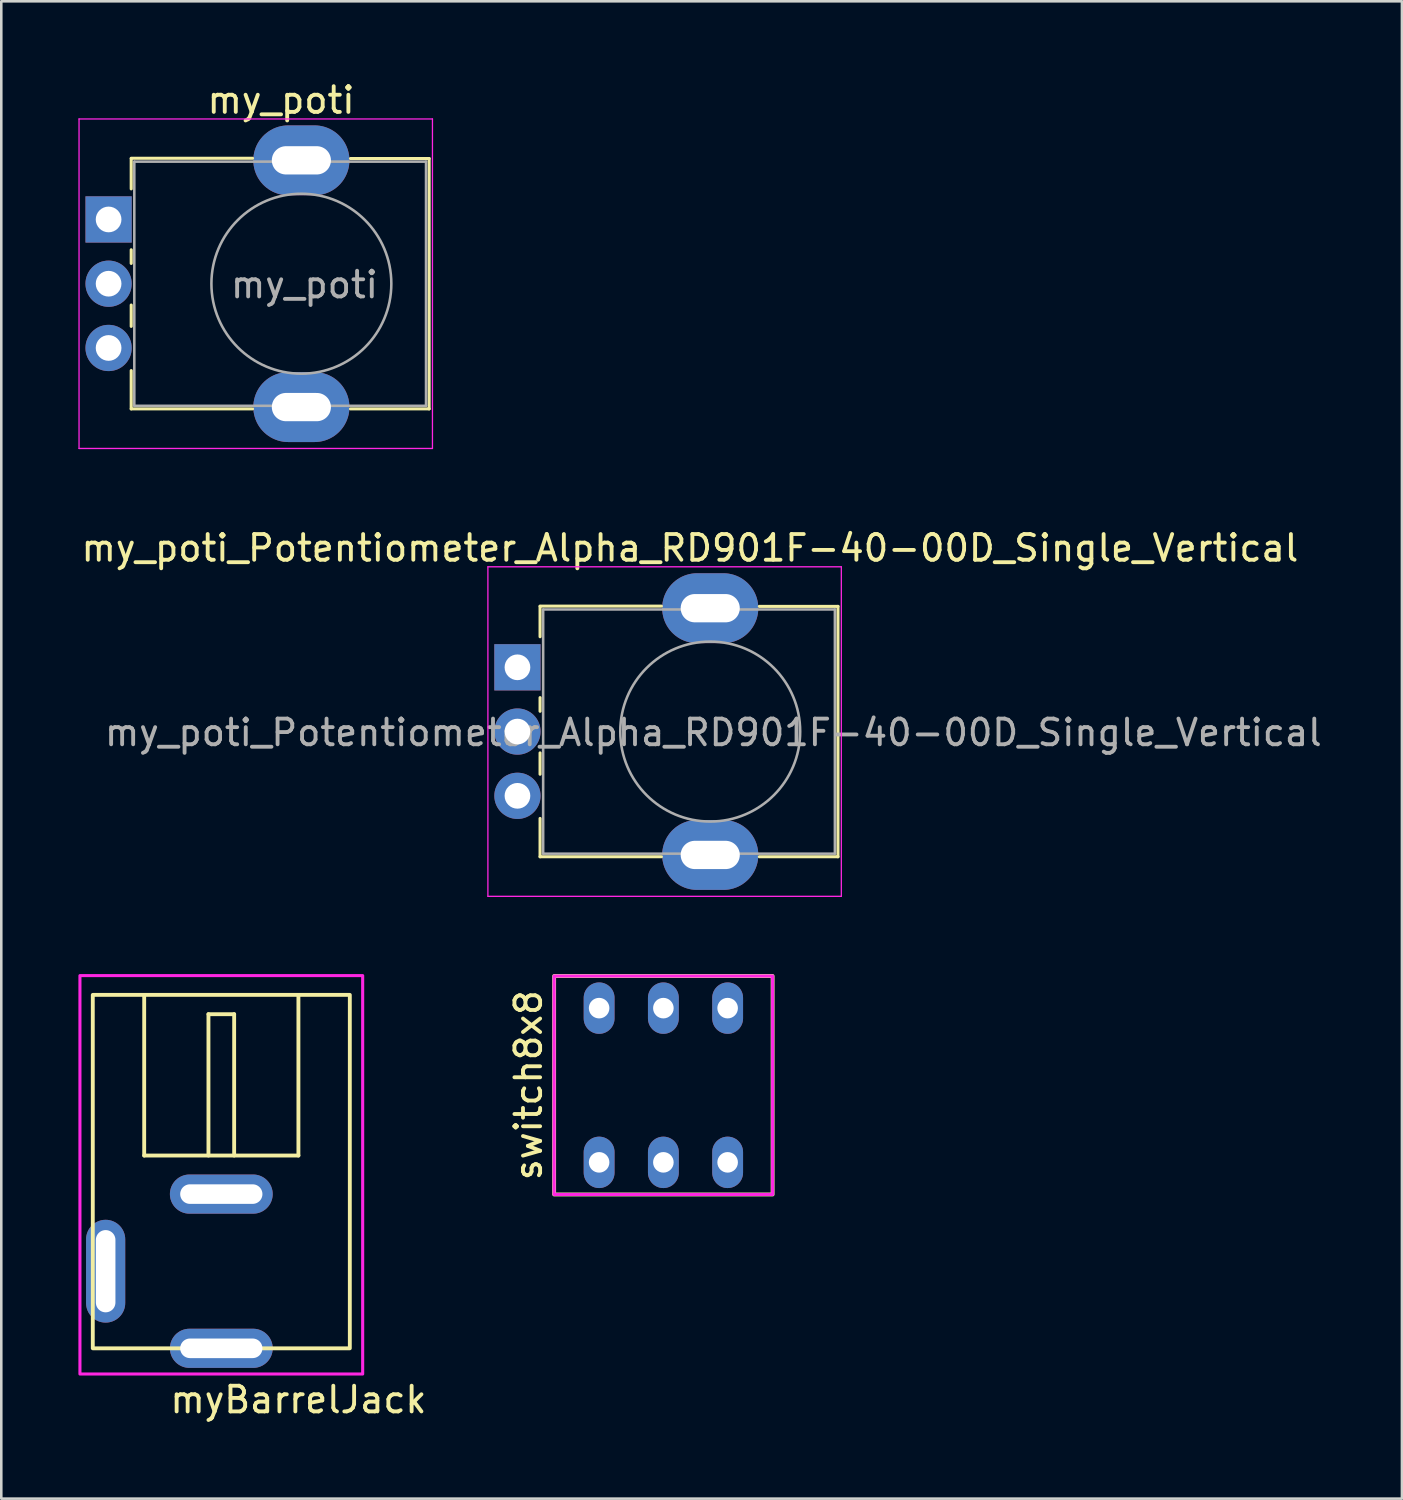
<source format=kicad_pcb>
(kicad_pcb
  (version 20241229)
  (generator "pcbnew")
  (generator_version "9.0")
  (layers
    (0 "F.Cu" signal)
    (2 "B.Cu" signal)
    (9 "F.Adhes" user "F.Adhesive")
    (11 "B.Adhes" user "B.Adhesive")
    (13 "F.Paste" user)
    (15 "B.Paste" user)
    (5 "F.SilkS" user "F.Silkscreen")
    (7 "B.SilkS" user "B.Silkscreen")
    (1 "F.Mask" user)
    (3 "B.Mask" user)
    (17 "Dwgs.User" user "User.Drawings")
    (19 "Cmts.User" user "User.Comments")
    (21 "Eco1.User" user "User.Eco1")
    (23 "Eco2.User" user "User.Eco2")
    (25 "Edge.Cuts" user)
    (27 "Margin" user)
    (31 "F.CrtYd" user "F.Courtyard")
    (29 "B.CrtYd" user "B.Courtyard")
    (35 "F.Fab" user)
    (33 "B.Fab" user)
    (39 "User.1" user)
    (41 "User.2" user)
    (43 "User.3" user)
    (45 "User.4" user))
  (footprint "my_poti"
    (layer "F.Cu")
    (at 1.175 5.488)
    (property "Reference" "my_poti" (at 6.71 -4.64 0) (layer "F.SilkS") (effects (font (size 1 1) (thickness 0.15))))
    (attr through_hole)
    (fp_line (start 0.88 -2.38) (end 5.6 -2.38) (stroke (width 0.12) (type solid)) (layer "F.SilkS"))
    (fp_line (start 0.88 -1.19) (end 0.88 -2.37) (stroke (width 0.12) (type solid)) (layer "F.SilkS"))
    (fp_line (start 0.88 1.71) (end 0.88 1.18) (stroke (width 0.12) (type solid)) (layer "F.SilkS"))
    (fp_line (start 0.88 4.16) (end 0.88 3.33) (stroke (width 0.12) (type solid)) (layer "F.SilkS"))
    (fp_line (start 0.88 7.37) (end 0.88 5.88) (stroke (width 0.12) (type solid)) (layer "F.SilkS"))
    (fp_line (start 0.88 7.37) (end 5.6 7.37) (stroke (width 0.12) (type solid)) (layer "F.SilkS"))
    (fp_line (start 9.41 -2.37) (end 12.47 -2.37) (stroke (width 0.12) (type solid)) (layer "F.SilkS"))
    (fp_line (start 9.41 7.37) (end 12.47 7.37) (stroke (width 0.12) (type solid)) (layer "F.SilkS"))
    (fp_line (start 12.47 7.37) (end 12.47 -2.37) (stroke (width 0.12) (type solid)) (layer "F.SilkS"))
    (fp_line (start -1.15 -3.91) (end -1.15 8.91) (stroke (width 0.05) (type solid)) (layer "F.CrtYd"))
    (fp_line (start -1.15 8.91) (end 12.6 8.91) (stroke (width 0.05) (type solid)) (layer "F.CrtYd"))
    (fp_line (start 12.6 -3.91) (end -1.15 -3.91) (stroke (width 0.05) (type solid)) (layer "F.CrtYd"))
    (fp_line (start 12.6 8.91) (end 12.6 -3.91) (stroke (width 0.05) (type solid)) (layer "F.CrtYd"))
    (fp_line (start 1 -2.25) (end 12.35 -2.25) (stroke (width 0.1) (type solid)) (layer "F.Fab"))
    (fp_line (start 1 7.25) (end 1 -2.25) (stroke (width 0.1) (type solid)) (layer "F.Fab"))
    (fp_line (start 1 7.25) (end 12.35 7.25) (stroke (width 0.1) (type solid)) (layer "F.Fab"))
    (fp_line (start 12.35 7.25) (end 12.35 -2.25) (stroke (width 0.1) (type solid)) (layer "F.Fab"))
    (fp_circle (center 7.5 2.5) (end 7.5 -1) (stroke (width 0.1) (type solid)) (fill no) (layer "F.Fab"))
    (fp_text user "${REFERENCE}" (at 7.62 2.54 0) (layer "F.Fab") (effects (font (size 1 1) (thickness 0.15))))
    (pad "" thru_hole oval (at 7.5 -2.3 90) (size 2.72 3.74) (drill oval 1.1 2.3) (layers "*.Cu" "*.Mask"))
    (pad "" thru_hole oval (at 7.5 7.3 90) (size 2.72 3.74) (drill oval 1.1 2.3) (layers "*.Cu" "*.Mask"))
    (pad "1" thru_hole rect (at 0 0 90) (size 1.8 1.8) (drill 1) (layers "*.Cu" "*.Mask"))
    (pad "2" thru_hole circle (at 0 2.5 90) (size 1.8 1.8) (drill 1) (layers "*.Cu" "*.Mask"))
    (pad "3" thru_hole circle (at 0 5 90) (size 1.8 1.8) (drill 1) (layers "*.Cu" "*.Mask")))
  (footprint "switch8x8"
    (layer "F.Cu")
    (at 22.759 39.172)
    (property "Reference" "switch8x8" (at -5.25 0 90) (layer "F.SilkS") (effects (font (size 1 1) (thickness 0.15))))
    (attr through_hole)
    (fp_rect (start -4.25 -4.25) (end 4.25 4.25) (stroke (width 0.15) (type default)) (fill no) (layer "F.SilkS"))
    (fp_rect (start -4.25 -4.25) (end 4.25 4.25) (stroke (width 0.12) (type default)) (fill no) (layer "F.CrtYd"))
    (pad "1" thru_hole oval (at -2.5 3) (size 1.2 2) (drill 0.8) (layers "*.Cu" "*.Mask"))
    (pad "2" thru_hole oval (at 2.5 3) (size 1.2 2) (drill 0.8) (layers "*.Cu" "*.Mask"))
    (pad "3" thru_hole oval (at 0 3) (size 1.2 2) (drill 0.8) (layers "*.Cu" "*.Mask"))
    (pad "4" thru_hole oval (at 2.5 -3) (size 1.2 2) (drill 0.8) (layers "*.Cu" "*.Mask"))
    (pad "5" thru_hole oval (at -2.5 -3) (size 1.2 2) (drill 0.8) (layers "*.Cu" "*.Mask"))
    (pad "6" thru_hole oval (at 0 -3) (size 1.2 2) (drill 0.8) (layers "*.Cu" "*.Mask")))
  (footprint "my_poti_Potentiometer_Alpha_RD901F-40-00D_Single_Vertical"
    (layer "F.Cu")
    (at 17.082 22.912)
    (property "Reference" "my_poti_Potentiometer_Alpha_RD901F-40-00D_Single_Vertical" (at 6.71 -4.64 0) (layer "F.SilkS") (effects (font (size 1 1) (thickness 0.15))))
    (attr through_hole)
    (fp_line (start 0.88 -2.38) (end 5.6 -2.38) (stroke (width 0.12) (type solid)) (layer "F.SilkS"))
    (fp_line (start 0.88 -1.19) (end 0.88 -2.37) (stroke (width 0.12) (type solid)) (layer "F.SilkS"))
    (fp_line (start 0.88 1.71) (end 0.88 1.18) (stroke (width 0.12) (type solid)) (layer "F.SilkS"))
    (fp_line (start 0.88 4.16) (end 0.88 3.33) (stroke (width 0.12) (type solid)) (layer "F.SilkS"))
    (fp_line (start 0.88 7.37) (end 0.88 5.88) (stroke (width 0.12) (type solid)) (layer "F.SilkS"))
    (fp_line (start 0.88 7.37) (end 5.6 7.37) (stroke (width 0.12) (type solid)) (layer "F.SilkS"))
    (fp_line (start 9.41 -2.37) (end 12.47 -2.37) (stroke (width 0.12) (type solid)) (layer "F.SilkS"))
    (fp_line (start 9.41 7.37) (end 12.47 7.37) (stroke (width 0.12) (type solid)) (layer "F.SilkS"))
    (fp_line (start 12.47 7.37) (end 12.47 -2.37) (stroke (width 0.12) (type solid)) (layer "F.SilkS"))
    (fp_line (start -1.15 -3.91) (end -1.15 8.91) (stroke (width 0.05) (type solid)) (layer "F.CrtYd"))
    (fp_line (start -1.15 8.91) (end 12.6 8.91) (stroke (width 0.05) (type solid)) (layer "F.CrtYd"))
    (fp_line (start 12.6 -3.91) (end -1.15 -3.91) (stroke (width 0.05) (type solid)) (layer "F.CrtYd"))
    (fp_line (start 12.6 8.91) (end 12.6 -3.91) (stroke (width 0.05) (type solid)) (layer "F.CrtYd"))
    (fp_line (start 1 -2.25) (end 12.35 -2.25) (stroke (width 0.1) (type solid)) (layer "F.Fab"))
    (fp_line (start 1 7.25) (end 1 -2.25) (stroke (width 0.1) (type solid)) (layer "F.Fab"))
    (fp_line (start 1 7.25) (end 12.35 7.25) (stroke (width 0.1) (type solid)) (layer "F.Fab"))
    (fp_line (start 12.35 7.25) (end 12.35 -2.25) (stroke (width 0.1) (type solid)) (layer "F.Fab"))
    (fp_circle (center 7.5 2.5) (end 7.5 -1) (stroke (width 0.1) (type solid)) (fill no) (layer "F.Fab"))
    (fp_text user "${REFERENCE}" (at 7.62 2.54 0) (layer "F.Fab") (effects (font (size 1 1) (thickness 0.15))))
    (pad "" thru_hole oval (at 7.5 -2.3 90) (size 2.72 3.74) (drill oval 1.1 2.3) (layers "*.Cu" "*.Mask"))
    (pad "" thru_hole oval (at 7.5 7.3 90) (size 2.72 3.74) (drill oval 1.1 2.3) (layers "*.Cu" "*.Mask"))
    (pad "1" thru_hole rect (at 0 0 90) (size 1.8 1.8) (drill 1) (layers "*.Cu" "*.Mask"))
    (pad "2" thru_hole circle (at 0 2.5 90) (size 1.8 1.8) (drill 1) (layers "*.Cu" "*.Mask"))
    (pad "3" thru_hole circle (at 0 5 90) (size 1.8 1.8) (drill 1) (layers "*.Cu" "*.Mask")))
  (footprint "myBarrelJack"
    (layer "F.Cu")
    (at 5.56 41.907)
    (property "Reference" "myBarrelJack" (at 3 9.5 0) (unlocked yes) (layer "F.SilkS") (effects (font (size 1 1) (thickness 0.15))))
    (attr through_hole)
    (fp_line (start -3 -6.25) (end -3 0) (stroke (width 0.15) (type default)) (layer "F.SilkS"))
    (fp_line (start -3 0) (end 3 0) (stroke (width 0.15) (type default)) (layer "F.SilkS"))
    (fp_line (start -0.5 -5.5) (end 0.5 -5.5) (stroke (width 0.15) (type default)) (layer "F.SilkS"))
    (fp_line (start -0.5 0) (end -0.5 -5.5) (stroke (width 0.15) (type default)) (layer "F.SilkS"))
    (fp_line (start 0.5 -5.5) (end 0.5 0) (stroke (width 0.15) (type default)) (layer "F.SilkS"))
    (fp_line (start 3 0) (end 3 -6.25) (stroke (width 0.15) (type default)) (layer "F.SilkS"))
    (fp_rect (start -5 -6.25) (end 5 7.5) (stroke (width 0.15) (type default)) (fill no) (layer "F.SilkS"))
    (fp_rect (start -5.5 -7) (end 5.5 8.5) (stroke (width 0.12) (type default)) (fill no) (layer "F.CrtYd"))
    (pad "1" thru_hole oval (at 0 7.5) (size 4 1.524) (drill oval 3.2 0.762) (layers "*.Cu" "*.Mask"))
    (pad "2" thru_hole oval (at 0 1.5) (size 4 1.524) (drill oval 3.2 0.762) (layers "*.Cu" "*.Mask"))
    (pad "3" thru_hole oval (at -4.5 4.5) (size 1.524 4) (drill oval 0.762 3.2) (layers "*.Cu" "*.Mask")))
  (gr_rect
    (start -3 -3)
    (end 51.493 55.255)
    (stroke (width 0.1) (type default))
    (fill no)
    (layer "Edge.Cuts")))
</source>
